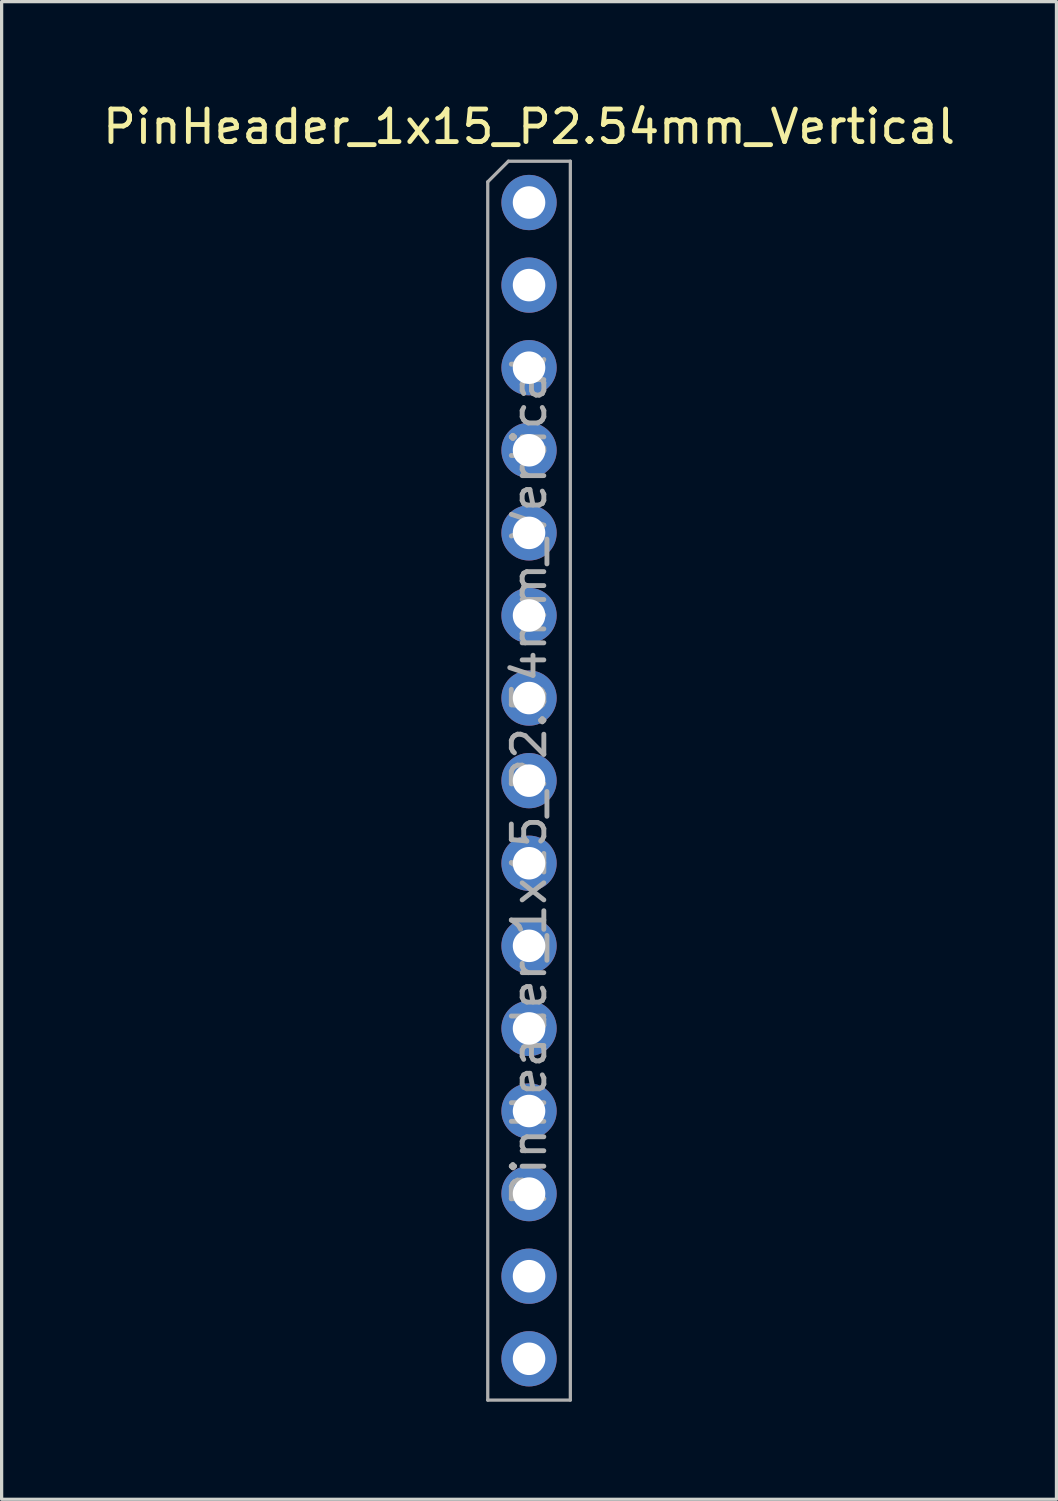
<source format=kicad_pcb>
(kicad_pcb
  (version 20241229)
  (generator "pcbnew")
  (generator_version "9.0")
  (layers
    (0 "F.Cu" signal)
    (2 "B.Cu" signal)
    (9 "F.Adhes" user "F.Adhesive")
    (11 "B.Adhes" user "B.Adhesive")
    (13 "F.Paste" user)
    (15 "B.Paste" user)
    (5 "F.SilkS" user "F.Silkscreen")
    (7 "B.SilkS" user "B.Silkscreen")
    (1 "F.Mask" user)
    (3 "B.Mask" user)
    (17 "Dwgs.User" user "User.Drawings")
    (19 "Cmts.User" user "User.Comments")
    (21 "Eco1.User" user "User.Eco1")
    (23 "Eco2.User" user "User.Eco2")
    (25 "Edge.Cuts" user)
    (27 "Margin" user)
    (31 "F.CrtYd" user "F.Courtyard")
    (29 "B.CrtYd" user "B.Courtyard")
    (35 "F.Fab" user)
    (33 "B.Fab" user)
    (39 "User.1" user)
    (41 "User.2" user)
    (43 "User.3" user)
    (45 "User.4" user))
  (footprint "PinHeader_1x15_P2.54mm_Vertical"
    (layer "F.Cu")
    (at 13.22 3.178)
    (property "Reference" "PinHeader_1x15_P2.54mm_Vertical" (at 0 -2.33 0) (layer "F.SilkS") (effects (font (size 1 1) (thickness 0.15))))
    (attr through_hole)
    (fp_line (start -1.27 -0.635) (end -0.635 -1.27) (stroke (width 0.1) (type solid)) (layer "F.Fab"))
    (fp_line (start -1.27 36.83) (end -1.27 -0.635) (stroke (width 0.1) (type solid)) (layer "F.Fab"))
    (fp_line (start -0.635 -1.27) (end 1.27 -1.27) (stroke (width 0.1) (type solid)) (layer "F.Fab"))
    (fp_line (start 1.27 -1.27) (end 1.27 36.83) (stroke (width 0.1) (type solid)) (layer "F.Fab"))
    (fp_line (start 1.27 36.83) (end -1.27 36.83) (stroke (width 0.1) (type solid)) (layer "F.Fab"))
    (fp_text user "${REFERENCE}" (at 0 17.78 90) (layer "F.Fab") (effects (font (size 1 1) (thickness 0.15))))
    (pad "1" thru_hole circle (at 0 0) (size 1.7 1.7) (drill 1) (layers "*.Cu" "*.Mask"))
    (pad "2" thru_hole oval (at 0 2.54) (size 1.7 1.7) (drill 1) (layers "*.Cu" "*.Mask"))
    (pad "3" thru_hole oval (at 0 5.08) (size 1.7 1.7) (drill 1) (layers "*.Cu" "*.Mask"))
    (pad "4" thru_hole oval (at 0 7.62) (size 1.7 1.7) (drill 1) (layers "*.Cu" "*.Mask"))
    (pad "5" thru_hole oval (at 0 10.16) (size 1.7 1.7) (drill 1) (layers "*.Cu" "*.Mask"))
    (pad "6" thru_hole oval (at 0 12.7) (size 1.7 1.7) (drill 1) (layers "*.Cu" "*.Mask"))
    (pad "7" thru_hole oval (at 0 15.24) (size 1.7 1.7) (drill 1) (layers "*.Cu" "*.Mask"))
    (pad "8" thru_hole oval (at 0 17.78) (size 1.7 1.7) (drill 1) (layers "*.Cu" "*.Mask"))
    (pad "9" thru_hole oval (at 0 20.32) (size 1.7 1.7) (drill 1) (layers "*.Cu" "*.Mask"))
    (pad "10" thru_hole oval (at 0 22.86) (size 1.7 1.7) (drill 1) (layers "*.Cu" "*.Mask"))
    (pad "11" thru_hole oval (at 0 25.4) (size 1.7 1.7) (drill 1) (layers "*.Cu" "*.Mask"))
    (pad "12" thru_hole oval (at 0 27.94) (size 1.7 1.7) (drill 1) (layers "*.Cu" "*.Mask"))
    (pad "13" thru_hole oval (at 0 30.48) (size 1.7 1.7) (drill 1) (layers "*.Cu" "*.Mask"))
    (pad "14" thru_hole oval (at 0 33.02) (size 1.7 1.7) (drill 1) (layers "*.Cu" "*.Mask"))
    (pad "15" thru_hole oval (at 0 35.56) (size 1.7 1.7) (drill 1) (layers "*.Cu" "*.Mask")))
  (gr_rect
    (start -3 -3)
    (end 29.44 43.058)
    (stroke (width 0.1) (type default))
    (fill no)
    (layer "Edge.Cuts")))
</source>
